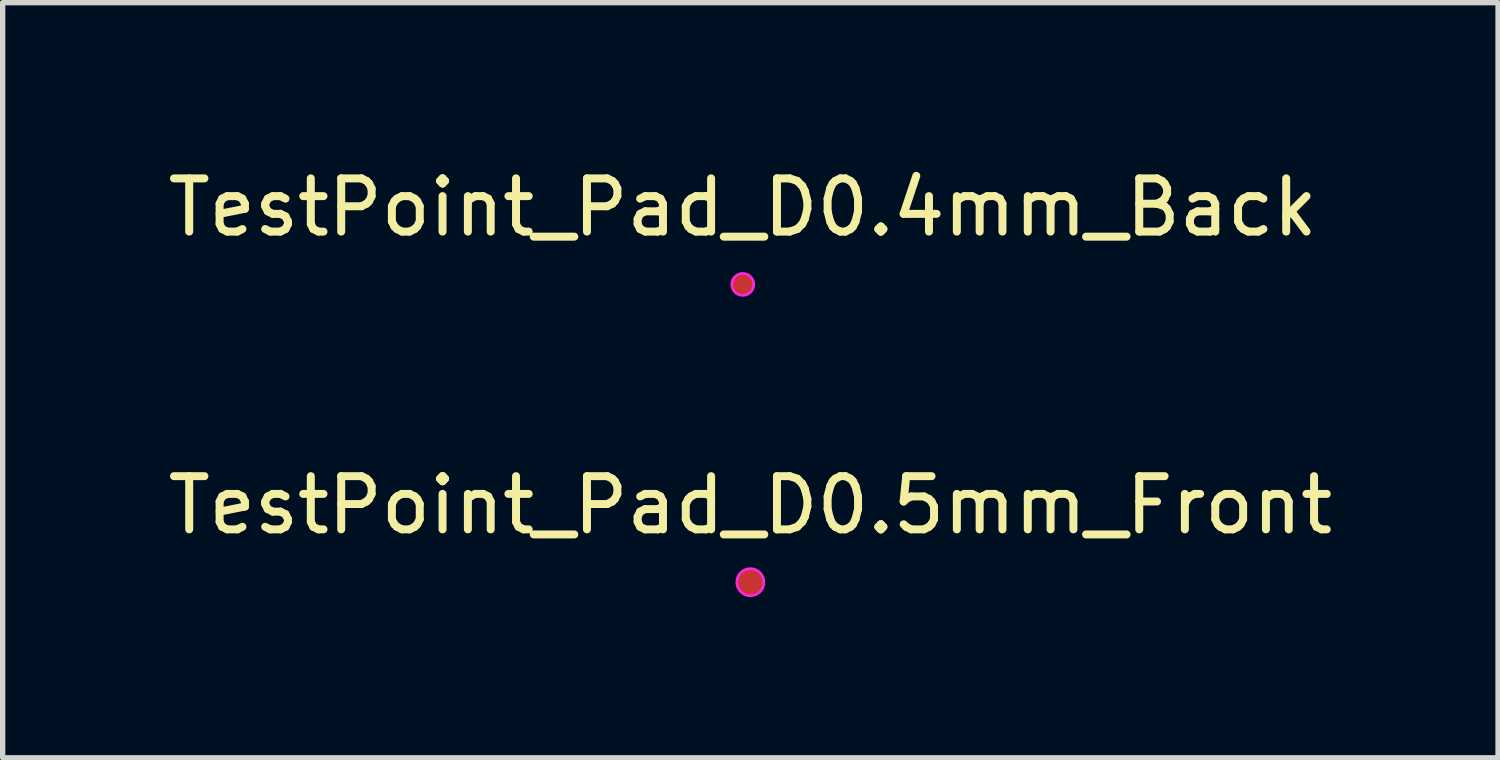
<source format=kicad_pcb>
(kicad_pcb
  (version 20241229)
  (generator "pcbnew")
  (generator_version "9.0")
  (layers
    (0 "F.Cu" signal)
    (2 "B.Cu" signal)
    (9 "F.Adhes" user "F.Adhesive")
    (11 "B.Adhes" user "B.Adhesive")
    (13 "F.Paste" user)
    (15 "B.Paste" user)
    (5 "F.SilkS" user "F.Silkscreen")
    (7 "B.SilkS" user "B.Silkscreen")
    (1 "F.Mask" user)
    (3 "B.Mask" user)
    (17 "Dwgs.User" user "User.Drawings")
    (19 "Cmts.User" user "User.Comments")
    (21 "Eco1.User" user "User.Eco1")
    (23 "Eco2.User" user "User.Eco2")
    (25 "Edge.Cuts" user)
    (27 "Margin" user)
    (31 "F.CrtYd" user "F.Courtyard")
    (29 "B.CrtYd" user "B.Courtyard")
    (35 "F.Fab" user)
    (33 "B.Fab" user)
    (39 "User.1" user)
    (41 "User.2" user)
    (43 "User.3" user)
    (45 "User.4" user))
  (footprint "TestPoint_Pad_D0.5mm_Front"
    (layer "F.Cu")
    (at 11.054 7.893)
    (property "Reference" "TestPoint_Pad_D0.5mm_Front" (at 0 -1.448 0) (layer "F.SilkS") (effects (font (size 1 1) (thickness 0.15))))
    (attr exclude_from_pos_files exclude_from_bom)
    (fp_circle (center 0 0) (end 0.25 -0.05) (stroke (width 0.05) (type solid)) (fill no) (layer "F.CrtYd"))
    (fp_circle (center 0 0) (end 0.25 0) (stroke (width 0.1) (type solid)) (fill no) (layer "User.2"))
    (fp_text user "${REFERENCE}" (at 0 -0.65 0) (layer "User.2") (effects (font (size 0.5 0.5) (thickness 0.1))))
    (pad "1" smd circle (at 0 0) (size 0.5 0.5) (property pad_prop_testpoint) (layers "F.Cu" "F.Mask")))
  (footprint "TestPoint_Pad_D0.4mm_Back"
    (layer "F.Cu")
    (at 10.911 2.296)
    (property "Reference" "TestPoint_Pad_D0.4mm_Back" (at 0 -1.448 0) (layer "F.SilkS") (effects (font (size 1 1) (thickness 0.15))))
    (attr exclude_from_pos_files exclude_from_bom)
    (fp_circle (center 0 0) (end 0.2 -0.05) (stroke (width 0.05) (type solid)) (fill no) (layer "F.CrtYd"))
    (fp_circle (center 0 0) (end 0.25 0) (stroke (width 0.1) (type solid)) (fill no) (layer "User.3"))
    (fp_text user "${REFERENCE}" (at 0 -0.65 0) (layer "User.3") (effects (font (size 0.5 0.5) (thickness 0.1)) (justify mirror)))
    (pad "1" smd circle (at 0 0) (size 0.4 0.4) (property pad_prop_testpoint) (layers "F.Cu" "F.Mask")))
  (gr_rect
    (start -3 -3)
    (end 25.107 11.193)
    (stroke (width 0.1) (type default))
    (fill no)
    (layer "Edge.Cuts")))
</source>
